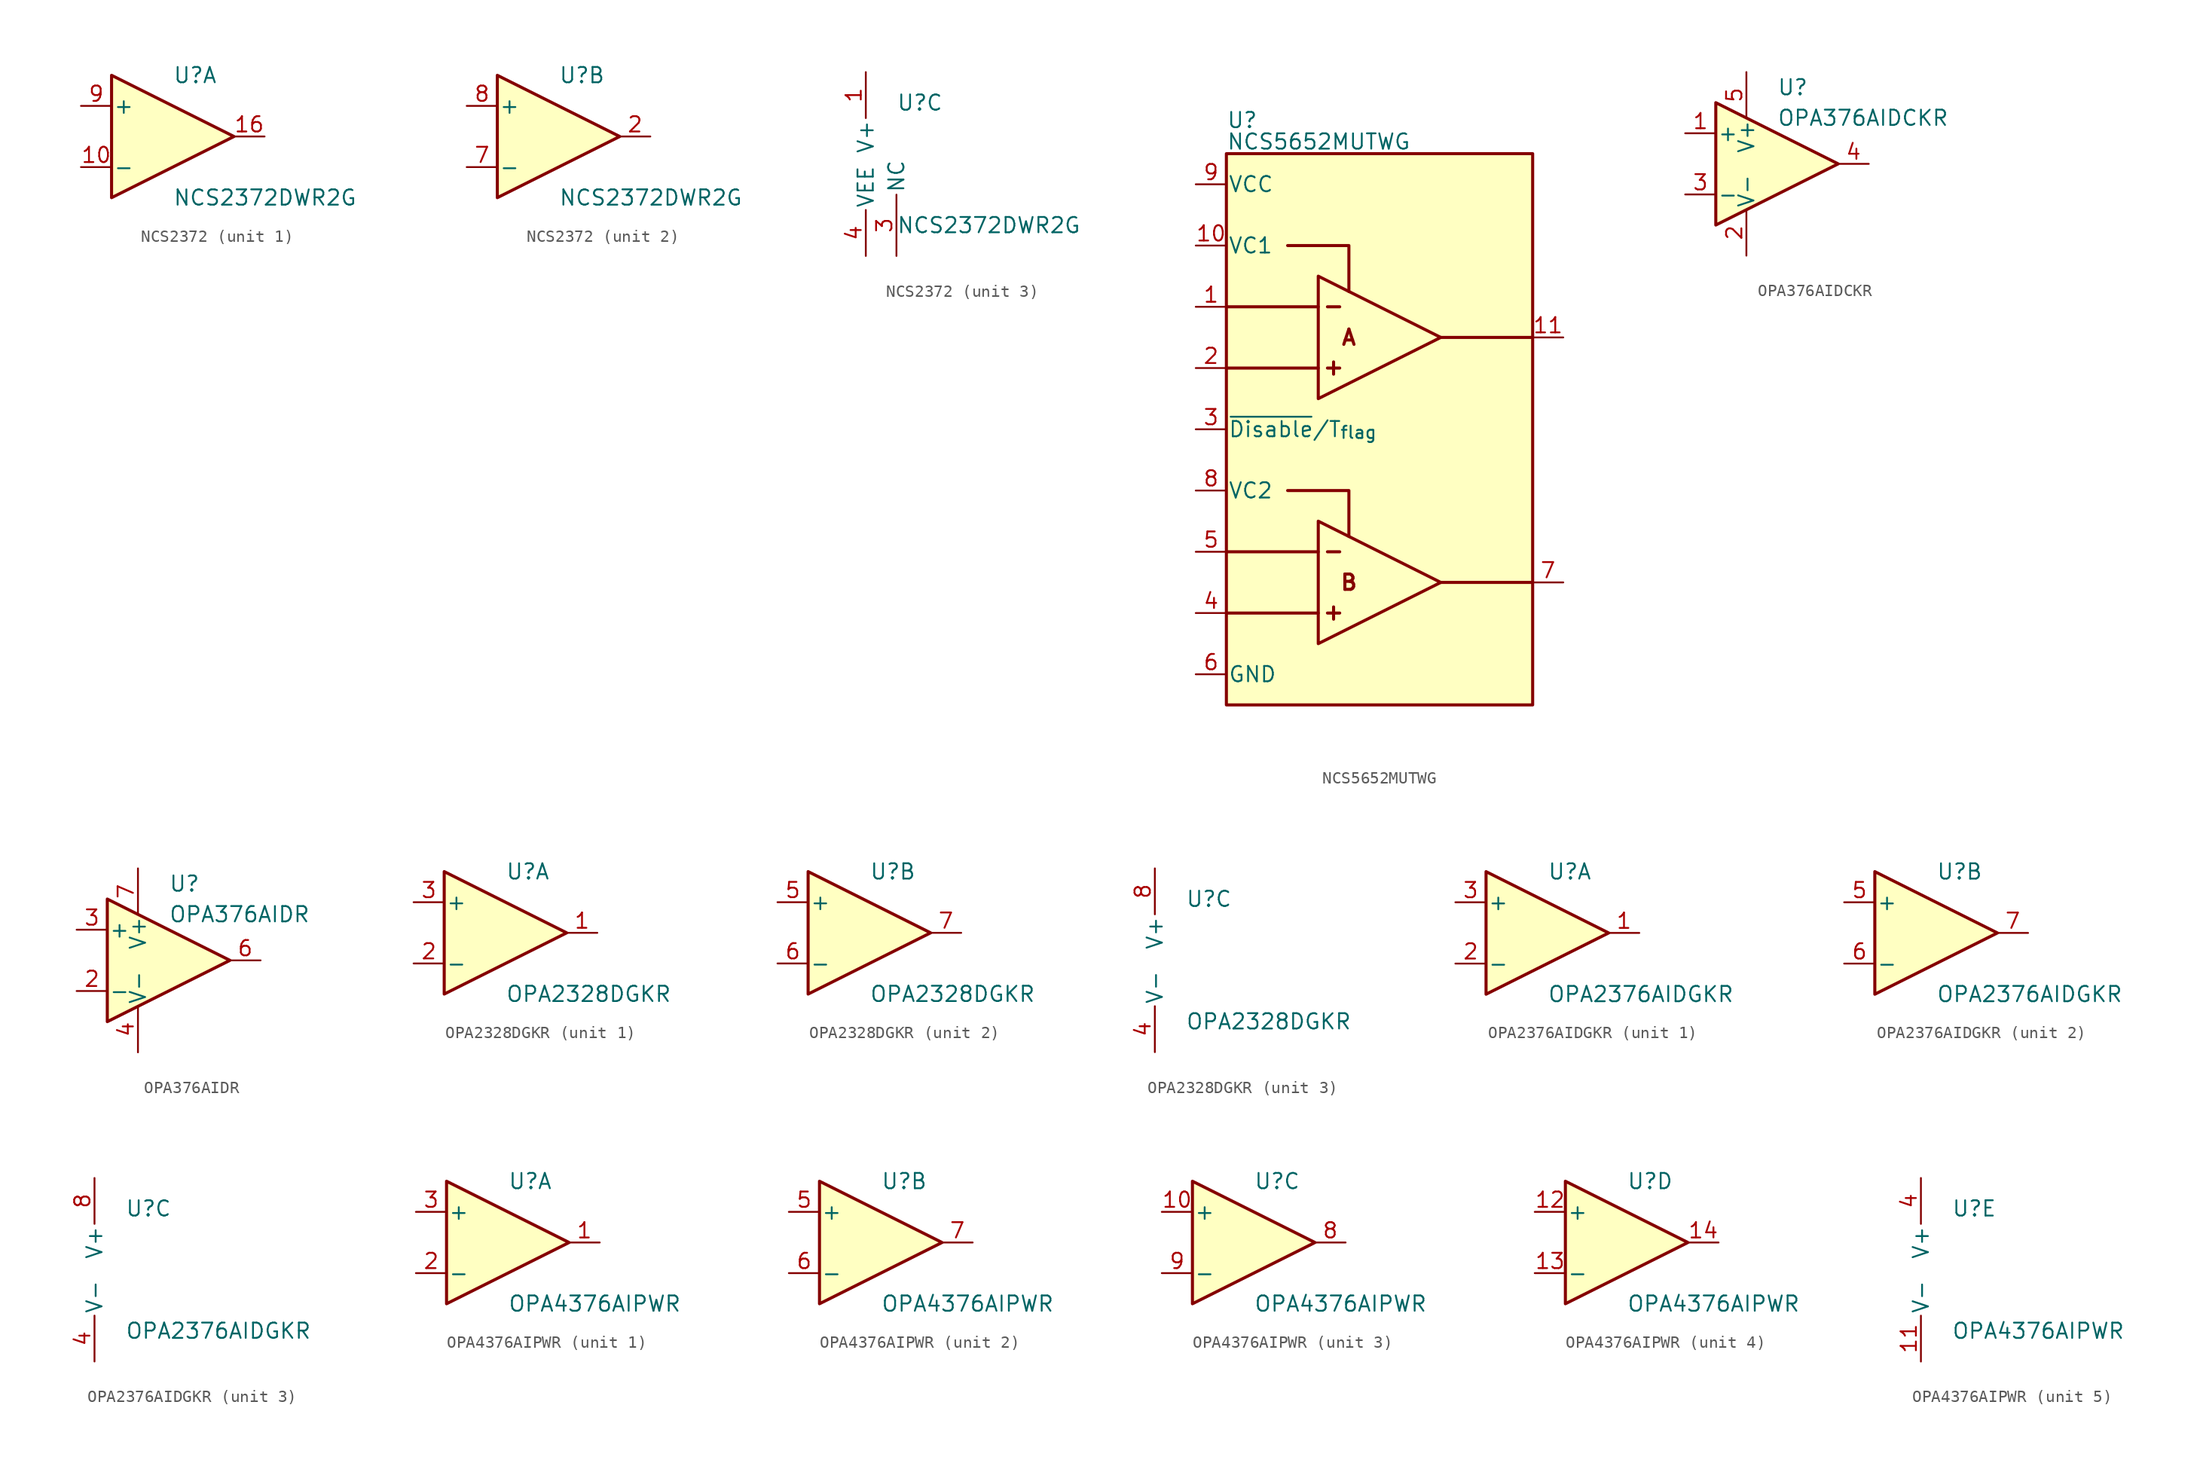
<source format=kicad_sym>
(kicad_symbol_lib
  (version 20241209)
  (generator "kicad_symbol_editor")
  (generator_version "9.0")
  (symbol "NCS2372"
    (pin_names
      (offset 0.127))
    (property "Reference" "U"
      (at 0 5.08 0)
      (effects (font (size 1.27 1.27)) (justify left)))
    (property "Value" "NCS2372DWR2G"
      (at 0 -5.08 0)
      (effects (font (size 1.27 1.27)) (justify left)))
    (property "ki_locked" ""
      (at 0 0 0)
      (effects (font (size 1.27 1.27))))
    (symbol "NCS2372_1_1"
      (polyline (pts (xy -5.08 5.08) (xy 5.08 0) (xy -5.08 -5.08) (xy -5.08 5.08)) (stroke (width 0.254) (type default)) (fill (type background)))
      (pin input line (at -7.62 2.54 0) (length 2.54) (name "+" (effects (font (size 1.27 1.27)))) (number "9" (effects (font (size 1.27 1.27)))))
      (pin input line (at -7.62 -2.54 0) (length 2.54) (name "-" (effects (font (size 1.27 1.27)))) (number "10" (effects (font (size 1.27 1.27)))))
      (pin output line (at 7.62 0 180) (length 2.54) (name "~" (effects (font (size 1.27 1.27)))) (number "16" (effects (font (size 1.27 1.27))))))
    (symbol "NCS2372_2_1"
      (polyline (pts (xy -5.08 5.08) (xy 5.08 0) (xy -5.08 -5.08) (xy -5.08 5.08)) (stroke (width 0.254) (type default)) (fill (type background)))
      (pin input line (at -7.62 2.54 0) (length 2.54) (name "+" (effects (font (size 1.27 1.27)))) (number "8" (effects (font (size 1.27 1.27)))))
      (pin input line (at -7.62 -2.54 0) (length 2.54) (name "-" (effects (font (size 1.27 1.27)))) (number "7" (effects (font (size 1.27 1.27)))))
      (pin output line (at 7.62 0 180) (length 2.54) (name "~" (effects (font (size 1.27 1.27)))) (number "2" (effects (font (size 1.27 1.27))))))
    (symbol "NCS2372_3_1"
      (pin power_in line (at -2.54 7.62 270) (length 3.81) (name "V+" (effects (font (size 1.27 1.27)))) (number "1" (effects (font (size 1.27 1.27)))))
      (pin power_in line (at -2.54 -7.62 90) (length 3.81) (hide yes) (name "VEE" (effects (font (size 1.27 1.27)))) (number "12" (effects (font (size 1.27 1.27)))))
      (pin power_in line (at -2.54 -7.62 90) (length 3.81) (hide yes) (name "VEE" (effects (font (size 1.27 1.27)))) (number "13" (effects (font (size 1.27 1.27)))))
      (pin power_in line (at -2.54 -7.62 90) (length 3.81) (name "VEE" (effects (font (size 1.27 1.27)))) (number "4" (effects (font (size 1.27 1.27)))))
      (pin power_in line (at -2.54 -7.62 90) (length 3.81) (hide yes) (name "VEE" (effects (font (size 1.27 1.27)))) (number "5" (effects (font (size 1.27 1.27)))))
      (pin power_in line (at 0 -7.62 90) (length 5.08) (hide yes) (name "NC" (effects (font (size 1.27 1.27)))) (number "11" (effects (font (size 1.27 1.27)))))
      (pin power_in line (at 0 -7.62 90) (length 5.08) (hide yes) (name "NC" (effects (font (size 1.27 1.27)))) (number "14" (effects (font (size 1.27 1.27)))))
      (pin power_in line (at 0 -7.62 90) (length 5.08) (hide yes) (name "NC" (effects (font (size 1.27 1.27)))) (number "15" (effects (font (size 1.27 1.27)))))
      (pin power_in line (at 0 -7.62 90) (length 5.08) (name "NC" (effects (font (size 1.27 1.27)))) (number "3" (effects (font (size 1.27 1.27)))))
      (pin power_in line (at 0 -7.62 90) (length 5.08) (hide yes) (name "NC" (effects (font (size 1.27 1.27)))) (number "6" (effects (font (size 1.27 1.27)))))))
  (symbol "NCS5652MUTWG"
    (pin_names
      (offset 0.127))
    (property "Reference" "U"
      (at -12.7 17.272 0)
      (effects (font (size 1.27 1.27)) (justify left bottom)))
    (property "Value" "NCS5652MUTWG"
      (at -12.7 15.494 0)
      (effects (font (size 1.27 1.27)) (justify left bottom)))
    (symbol "NCS5652MUTWG_0_1"
      (polyline (pts (xy -12.7 2.54) (xy -5.08 2.54)) (stroke (width 0.254) (type default)) (fill (type none)))
      (polyline (pts (xy -12.7 -2.54) (xy -5.08 -2.54)) (stroke (width 0.254) (type default)) (fill (type none)))
      (polyline (pts (xy -12.7 -17.78) (xy -5.08 -17.78)) (stroke (width 0.254) (type default)) (fill (type none)))
      (polyline (pts (xy -12.7 -22.86) (xy -5.08 -22.86)) (stroke (width 0.254) (type default)) (fill (type none)))
      (polyline (pts (xy -7.62 7.62) (xy -2.54 7.62) (xy -2.54 3.81)) (stroke (width 0.254) (type default)) (fill (type none)))
      (polyline (pts (xy -7.62 -12.7) (xy -2.54 -12.7) (xy -2.54 -16.51)) (stroke (width 0.254) (type default)) (fill (type none)))
      (polyline (pts (xy -5.08 5.08) (xy 5.08 0) (xy -5.08 -5.08) (xy -5.08 5.08)) (stroke (width 0.254) (type default)) (fill (type background)))
      (polyline (pts (xy -5.08 -15.24) (xy 5.08 -20.32) (xy -5.08 -25.4) (xy -5.08 -15.24)) (stroke (width 0.254) (type default)) (fill (type background)))
      (polyline (pts (xy -4.318 2.54) (xy -3.302 2.54)) (stroke (width 0.254) (type default)) (fill (type none)))
      (polyline (pts (xy -4.318 -2.54) (xy -3.302 -2.54)) (stroke (width 0.254) (type default)) (fill (type none)))
      (polyline (pts (xy -4.318 -17.78) (xy -3.302 -17.78)) (stroke (width 0.254) (type default)) (fill (type none)))
      (polyline (pts (xy -4.318 -22.86) (xy -3.302 -22.86)) (stroke (width 0.254) (type default)) (fill (type none)))
      (polyline (pts (xy -3.81 -2.032) (xy -3.81 -3.048)) (stroke (width 0.254) (type default)) (fill (type none)))
      (polyline (pts (xy -3.81 -22.352) (xy -3.81 -23.368)) (stroke (width 0.254) (type default)) (fill (type none))))
    (symbol "NCS5652MUTWG_1_1"
      (rectangle (start -12.7 15.24) (end 12.7 -30.48) (stroke (width 0.254) (type solid)) (fill (type color) (color 255 255 194 1)))
      (polyline (pts (xy 5.08 0) (xy 12.7 0)) (stroke (width 0.254) (type default)) (fill (type none)))
      (polyline (pts (xy 5.08 -20.32) (xy 12.7 -20.32)) (stroke (width 0.254) (type default)) (fill (type none)))
      (text "A" (at -2.54 0 0) (effects (font (size 1.27 1.27) (thickness 0.254) (bold yes))))
      (text "B" (at -2.54 -20.32 0) (effects (font (size 1.27 1.27) (thickness 0.254) (bold yes))))
      (pin power_in line (at -15.24 12.7 0) (length 2.54) (name "VCC" (effects (font (size 1.27 1.27)))) (number "9" (effects (font (size 1.27 1.27)))))
      (pin power_in line (at -15.24 7.62 0) (length 2.54) (name "VC1" (effects (font (size 1.27 1.27)))) (number "10" (effects (font (size 1.27 1.27)))))
      (pin input line (at -15.24 2.54 0) (length 2.54) (name "~" (effects (font (size 1.27 1.27)))) (number "1" (effects (font (size 1.27 1.27)))))
      (pin input line (at -15.24 -2.54 0) (length 2.54) (name "~" (effects (font (size 1.27 1.27)))) (number "2" (effects (font (size 1.27 1.27)))))
      (pin power_in line (at -15.24 -7.62 0) (length 2.54) (name "~{Disable}/T_{flag}" (effects (font (size 1.27 1.27)))) (number "3" (effects (font (size 1.27 1.27)))))
      (pin power_in line (at -15.24 -12.7 0) (length 2.54) (name "VC2" (effects (font (size 1.27 1.27)))) (number "8" (effects (font (size 1.27 1.27)))))
      (pin input line (at -15.24 -17.78 0) (length 2.54) (name "~" (effects (font (size 1.27 1.27)))) (number "5" (effects (font (size 1.27 1.27)))))
      (pin input line (at -15.24 -22.86 0) (length 2.54) (name "~" (effects (font (size 1.27 1.27)))) (number "4" (effects (font (size 1.27 1.27)))))
      (pin power_in line (at -15.24 -27.94 0) (length 2.54) (hide yes) (name "GND" (effects (font (size 1.27 1.27)))) (number "12" (effects (font (size 1.27 1.27)))))
      (pin power_in line (at -15.24 -27.94 0) (length 2.54) (hide yes) (name "GND" (effects (font (size 1.27 1.27)))) (number "13" (effects (font (size 1.27 1.27)))))
      (pin power_in line (at -15.24 -27.94 0) (length 2.54) (name "GND" (effects (font (size 1.27 1.27)))) (number "6" (effects (font (size 1.27 1.27)))))
      (pin output line (at 15.24 0 180) (length 2.54) (name "~" (effects (font (size 1.27 1.27)))) (number "11" (effects (font (size 1.27 1.27)))))
      (pin output line (at 15.24 -20.32 180) (length 2.54) (name "~" (effects (font (size 1.27 1.27)))) (number "7" (effects (font (size 1.27 1.27)))))))
  (symbol "OPA376AIDCKR"
    (pin_names
      (offset 0.127))
    (property "Reference" "U"
      (at 0 6.35 0)
      (effects (font (size 1.27 1.27)) (justify left)))
    (property "Value" "OPA376AIDCKR"
      (at 0 3.81 0)
      (effects (font (size 1.27 1.27)) (justify left)))
    (symbol "OPA376AIDCKR_0_1"
      (polyline (pts (xy -5.08 5.08) (xy 5.08 0) (xy -5.08 -5.08) (xy -5.08 5.08)) (stroke (width 0.254) (type default)) (fill (type background))))
    (symbol "OPA376AIDCKR_1_1"
      (pin input line (at -7.62 2.54 0) (length 2.54) (name "+" (effects (font (size 1.27 1.27)))) (number "1" (effects (font (size 1.27 1.27)))))
      (pin input line (at -7.62 -2.54 0) (length 2.54) (name "-" (effects (font (size 1.27 1.27)))) (number "3" (effects (font (size 1.27 1.27)))))
      (pin power_in line (at -2.54 7.62 270) (length 3.81) (name "V+" (effects (font (size 1.27 1.27)))) (number "5" (effects (font (size 1.27 1.27)))))
      (pin no_connect line (at -2.54 2.54 270) (length 2.54) (hide yes) (name "NC" (effects (font (size 1.27 1.27)))) (number "1" (effects (font (size 1.27 1.27)))))
      (pin power_in line (at -2.54 -7.62 90) (length 3.81) (name "V-" (effects (font (size 1.27 1.27)))) (number "2" (effects (font (size 1.27 1.27)))))
      (pin no_connect line (at 0 2.54 270) (length 2.54) (hide yes) (name "NC" (effects (font (size 1.27 1.27)))) (number "5" (effects (font (size 1.27 1.27)))))
      (pin no_connect line (at 0 -2.54 90) (length 2.54) (hide yes) (name "NC" (effects (font (size 1.27 1.27)))) (number "8" (effects (font (size 1.27 1.27)))))
      (pin output line (at 7.62 0 180) (length 2.54) (name "~" (effects (font (size 1.27 1.27)))) (number "4" (effects (font (size 1.27 1.27)))))))
  (symbol "OPA376AIDR"
    (pin_names
      (offset 0.127))
    (property "Reference" "U"
      (at 0 6.35 0)
      (effects (font (size 1.27 1.27)) (justify left)))
    (property "Value" "OPA376AIDR"
      (at 0 3.81 0)
      (effects (font (size 1.27 1.27)) (justify left)))
    (symbol "OPA376AIDR_0_1"
      (polyline (pts (xy -5.08 5.08) (xy 5.08 0) (xy -5.08 -5.08) (xy -5.08 5.08)) (stroke (width 0.254) (type default)) (fill (type background))))
    (symbol "OPA376AIDR_1_1"
      (pin input line (at -7.62 2.54 0) (length 2.54) (name "+" (effects (font (size 1.27 1.27)))) (number "3" (effects (font (size 1.27 1.27)))))
      (pin input line (at -7.62 -2.54 0) (length 2.54) (name "-" (effects (font (size 1.27 1.27)))) (number "2" (effects (font (size 1.27 1.27)))))
      (pin power_in line (at -2.54 7.62 270) (length 3.81) (name "V+" (effects (font (size 1.27 1.27)))) (number "7" (effects (font (size 1.27 1.27)))))
      (pin no_connect line (at -2.54 2.54 270) (length 2.54) (hide yes) (name "NC" (effects (font (size 1.27 1.27)))) (number "1" (effects (font (size 1.27 1.27)))))
      (pin power_in line (at -2.54 -7.62 90) (length 3.81) (name "V-" (effects (font (size 1.27 1.27)))) (number "4" (effects (font (size 1.27 1.27)))))
      (pin no_connect line (at 0 2.54 270) (length 2.54) (hide yes) (name "NC" (effects (font (size 1.27 1.27)))) (number "5" (effects (font (size 1.27 1.27)))))
      (pin no_connect line (at 0 -2.54 90) (length 2.54) (hide yes) (name "NC" (effects (font (size 1.27 1.27)))) (number "8" (effects (font (size 1.27 1.27)))))
      (pin output line (at 7.62 0 180) (length 2.54) (name "~" (effects (font (size 1.27 1.27)))) (number "6" (effects (font (size 1.27 1.27)))))))
  (symbol "OPA2328DGKR"
    (pin_names
      (offset 0.127))
    (property "Reference" "U"
      (at 0 5.08 0)
      (effects (font (size 1.27 1.27)) (justify left)))
    (property "Value" "OPA2328DGKR"
      (at 0 -5.08 0)
      (effects (font (size 1.27 1.27)) (justify left)))
    (property "ki_locked" ""
      (at 0 0 0)
      (effects (font (size 1.27 1.27))))
    (symbol "OPA2328DGKR_1_1"
      (polyline (pts (xy -5.08 5.08) (xy 5.08 0) (xy -5.08 -5.08) (xy -5.08 5.08)) (stroke (width 0.254) (type default)) (fill (type background)))
      (pin input line (at -7.62 2.54 0) (length 2.54) (name "+" (effects (font (size 1.27 1.27)))) (number "3" (effects (font (size 1.27 1.27)))))
      (pin input line (at -7.62 -2.54 0) (length 2.54) (name "-" (effects (font (size 1.27 1.27)))) (number "2" (effects (font (size 1.27 1.27)))))
      (pin output line (at 7.62 0 180) (length 2.54) (name "~" (effects (font (size 1.27 1.27)))) (number "1" (effects (font (size 1.27 1.27))))))
    (symbol "OPA2328DGKR_2_1"
      (polyline (pts (xy -5.08 5.08) (xy 5.08 0) (xy -5.08 -5.08) (xy -5.08 5.08)) (stroke (width 0.254) (type default)) (fill (type background)))
      (pin input line (at -7.62 2.54 0) (length 2.54) (name "+" (effects (font (size 1.27 1.27)))) (number "5" (effects (font (size 1.27 1.27)))))
      (pin input line (at -7.62 -2.54 0) (length 2.54) (name "-" (effects (font (size 1.27 1.27)))) (number "6" (effects (font (size 1.27 1.27)))))
      (pin output line (at 7.62 0 180) (length 2.54) (name "~" (effects (font (size 1.27 1.27)))) (number "7" (effects (font (size 1.27 1.27))))))
    (symbol "OPA2328DGKR_3_1"
      (pin power_in line (at -2.54 7.62 270) (length 3.81) (name "V+" (effects (font (size 1.27 1.27)))) (number "8" (effects (font (size 1.27 1.27)))))
      (pin power_in line (at -2.54 -7.62 90) (length 3.81) (name "V-" (effects (font (size 1.27 1.27)))) (number "4" (effects (font (size 1.27 1.27)))))))
  (symbol "OPA2376AIDGKR"
    (pin_names
      (offset 0.127))
    (property "Reference" "U"
      (at 0 5.08 0)
      (effects (font (size 1.27 1.27)) (justify left)))
    (property "Value" "OPA2376AIDGKR"
      (at 0 -5.08 0)
      (effects (font (size 1.27 1.27)) (justify left)))
    (property "ki_locked" ""
      (at 0 0 0)
      (effects (font (size 1.27 1.27))))
    (symbol "OPA2376AIDGKR_1_1"
      (polyline (pts (xy -5.08 5.08) (xy 5.08 0) (xy -5.08 -5.08) (xy -5.08 5.08)) (stroke (width 0.254) (type default)) (fill (type background)))
      (pin input line (at -7.62 2.54 0) (length 2.54) (name "+" (effects (font (size 1.27 1.27)))) (number "3" (effects (font (size 1.27 1.27)))))
      (pin input line (at -7.62 -2.54 0) (length 2.54) (name "-" (effects (font (size 1.27 1.27)))) (number "2" (effects (font (size 1.27 1.27)))))
      (pin output line (at 7.62 0 180) (length 2.54) (name "~" (effects (font (size 1.27 1.27)))) (number "1" (effects (font (size 1.27 1.27))))))
    (symbol "OPA2376AIDGKR_2_1"
      (polyline (pts (xy -5.08 5.08) (xy 5.08 0) (xy -5.08 -5.08) (xy -5.08 5.08)) (stroke (width 0.254) (type default)) (fill (type background)))
      (pin input line (at -7.62 2.54 0) (length 2.54) (name "+" (effects (font (size 1.27 1.27)))) (number "5" (effects (font (size 1.27 1.27)))))
      (pin input line (at -7.62 -2.54 0) (length 2.54) (name "-" (effects (font (size 1.27 1.27)))) (number "6" (effects (font (size 1.27 1.27)))))
      (pin output line (at 7.62 0 180) (length 2.54) (name "~" (effects (font (size 1.27 1.27)))) (number "7" (effects (font (size 1.27 1.27))))))
    (symbol "OPA2376AIDGKR_3_1"
      (pin power_in line (at -2.54 7.62 270) (length 3.81) (name "V+" (effects (font (size 1.27 1.27)))) (number "8" (effects (font (size 1.27 1.27)))))
      (pin power_in line (at -2.54 -7.62 90) (length 3.81) (name "V-" (effects (font (size 1.27 1.27)))) (number "4" (effects (font (size 1.27 1.27)))))))
  (symbol "OPA4376AIPWR"
    (pin_names
      (offset 0.127))
    (property "Reference" "U"
      (at 0 5.08 0)
      (effects (font (size 1.27 1.27)) (justify left)))
    (property "Value" "OPA4376AIPWR"
      (at 0 -5.08 0)
      (effects (font (size 1.27 1.27)) (justify left)))
    (property "ki_locked" ""
      (at 0 0 0)
      (effects (font (size 1.27 1.27))))
    (symbol "OPA4376AIPWR_1_1"
      (polyline (pts (xy -5.08 5.08) (xy 5.08 0) (xy -5.08 -5.08) (xy -5.08 5.08)) (stroke (width 0.254) (type default)) (fill (type background)))
      (pin input line (at -7.62 2.54 0) (length 2.54) (name "+" (effects (font (size 1.27 1.27)))) (number "3" (effects (font (size 1.27 1.27)))))
      (pin input line (at -7.62 -2.54 0) (length 2.54) (name "-" (effects (font (size 1.27 1.27)))) (number "2" (effects (font (size 1.27 1.27)))))
      (pin output line (at 7.62 0 180) (length 2.54) (name "~" (effects (font (size 1.27 1.27)))) (number "1" (effects (font (size 1.27 1.27))))))
    (symbol "OPA4376AIPWR_2_1"
      (polyline (pts (xy -5.08 5.08) (xy 5.08 0) (xy -5.08 -5.08) (xy -5.08 5.08)) (stroke (width 0.254) (type default)) (fill (type background)))
      (pin input line (at -7.62 2.54 0) (length 2.54) (name "+" (effects (font (size 1.27 1.27)))) (number "5" (effects (font (size 1.27 1.27)))))
      (pin input line (at -7.62 -2.54 0) (length 2.54) (name "-" (effects (font (size 1.27 1.27)))) (number "6" (effects (font (size 1.27 1.27)))))
      (pin output line (at 7.62 0 180) (length 2.54) (name "~" (effects (font (size 1.27 1.27)))) (number "7" (effects (font (size 1.27 1.27))))))
    (symbol "OPA4376AIPWR_3_1"
      (polyline (pts (xy -5.08 5.08) (xy 5.08 0) (xy -5.08 -5.08) (xy -5.08 5.08)) (stroke (width 0.254) (type default)) (fill (type background)))
      (pin input line (at -7.62 2.54 0) (length 2.54) (name "+" (effects (font (size 1.27 1.27)))) (number "10" (effects (font (size 1.27 1.27)))))
      (pin input line (at -7.62 -2.54 0) (length 2.54) (name "-" (effects (font (size 1.27 1.27)))) (number "9" (effects (font (size 1.27 1.27)))))
      (pin output line (at 7.62 0 180) (length 2.54) (name "~" (effects (font (size 1.27 1.27)))) (number "8" (effects (font (size 1.27 1.27))))))
    (symbol "OPA4376AIPWR_4_1"
      (polyline (pts (xy -5.08 5.08) (xy 5.08 0) (xy -5.08 -5.08) (xy -5.08 5.08)) (stroke (width 0.254) (type default)) (fill (type background)))
      (pin input line (at -7.62 2.54 0) (length 2.54) (name "+" (effects (font (size 1.27 1.27)))) (number "12" (effects (font (size 1.27 1.27)))))
      (pin input line (at -7.62 -2.54 0) (length 2.54) (name "-" (effects (font (size 1.27 1.27)))) (number "13" (effects (font (size 1.27 1.27)))))
      (pin output line (at 7.62 0 180) (length 2.54) (name "~" (effects (font (size 1.27 1.27)))) (number "14" (effects (font (size 1.27 1.27))))))
    (symbol "OPA4376AIPWR_5_1"
      (pin power_in line (at -2.54 7.62 270) (length 3.81) (name "V+" (effects (font (size 1.27 1.27)))) (number "4" (effects (font (size 1.27 1.27)))))
      (pin power_in line (at -2.54 -7.62 90) (length 3.81) (name "V-" (effects (font (size 1.27 1.27)))) (number "11" (effects (font (size 1.27 1.27))))))))
</source>
